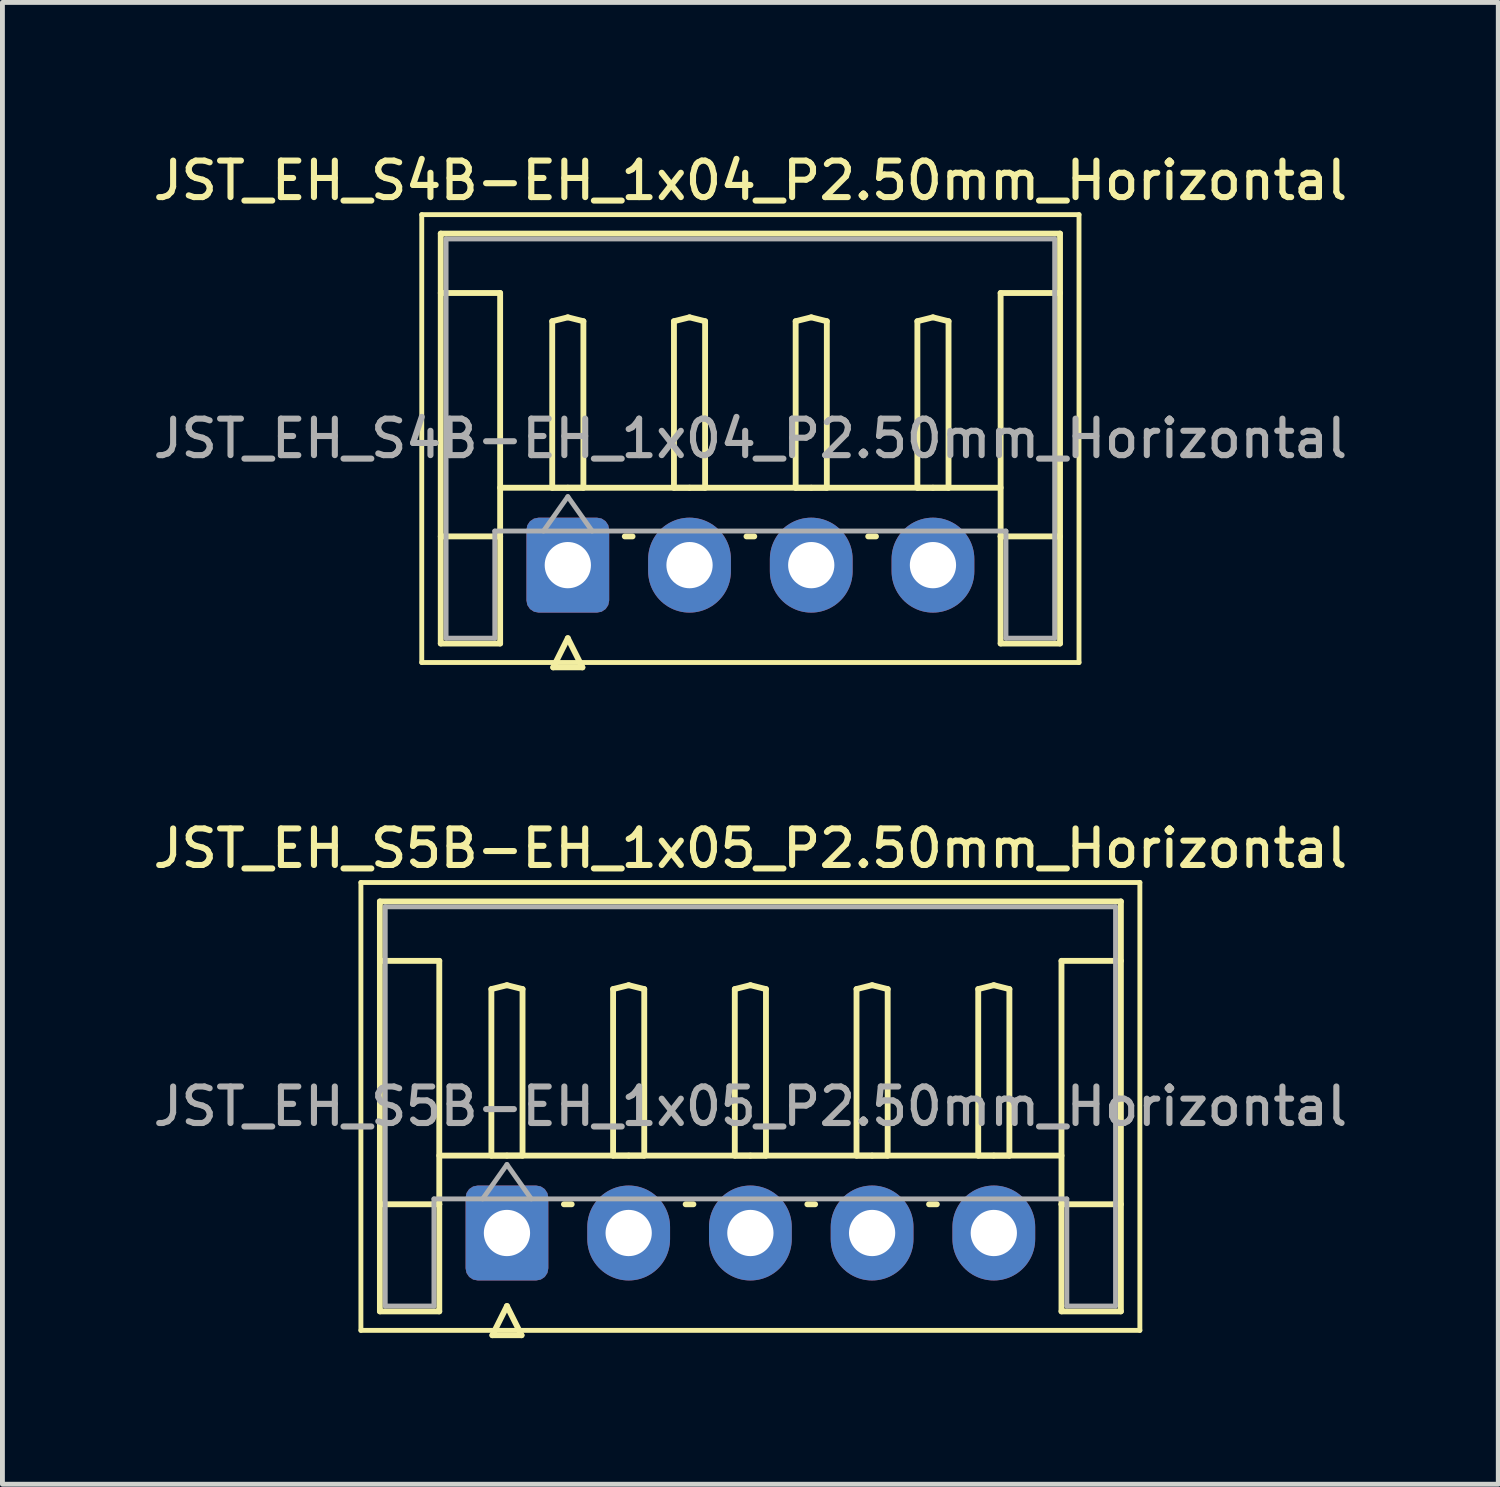
<source format=kicad_pcb>
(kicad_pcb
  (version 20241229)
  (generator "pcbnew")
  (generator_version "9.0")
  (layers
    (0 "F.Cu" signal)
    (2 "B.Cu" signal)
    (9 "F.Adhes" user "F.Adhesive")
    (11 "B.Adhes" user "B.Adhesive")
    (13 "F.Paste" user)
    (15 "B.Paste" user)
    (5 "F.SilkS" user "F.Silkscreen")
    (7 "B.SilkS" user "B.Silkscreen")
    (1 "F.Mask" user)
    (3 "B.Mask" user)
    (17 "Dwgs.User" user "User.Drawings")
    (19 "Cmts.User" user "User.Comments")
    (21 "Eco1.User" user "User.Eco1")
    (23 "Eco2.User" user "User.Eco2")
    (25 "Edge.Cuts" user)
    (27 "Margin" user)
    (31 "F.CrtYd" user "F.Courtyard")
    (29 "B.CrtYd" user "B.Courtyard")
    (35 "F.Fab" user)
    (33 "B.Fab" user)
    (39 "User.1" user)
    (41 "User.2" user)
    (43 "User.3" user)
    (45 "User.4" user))
  (footprint "JST_EH_S5B-EH_1x05_P2.50mm_Horizontal"
    (layer "F.Cu")
    (at 7.363 22.276)
    (property "Reference" "JST_EH_S5B-EH_1x05_P2.50mm_Horizontal" (at 5 -7.9 0) (layer "F.SilkS") (effects (font (size 0.75 0.75) (thickness 0.125))))
    (attr through_hole)
    (fp_line (start -3 -7.2) (end -3 2) (stroke (width 0.1) (type solid)) (layer "F.SilkS"))
    (fp_line (start -3 2) (end 13 2) (stroke (width 0.1) (type solid)) (layer "F.SilkS"))
    (fp_line (start -2.61 -6.81) (end 12.61 -6.81) (stroke (width 0.12) (type solid)) (layer "F.SilkS"))
    (fp_line (start -2.61 -5.59) (end -1.39 -5.59) (stroke (width 0.12) (type solid)) (layer "F.SilkS"))
    (fp_line (start -2.61 1.61) (end -2.61 -6.81) (stroke (width 0.12) (type solid)) (layer "F.SilkS"))
    (fp_line (start -1.39 -5.59) (end -1.39 -0.59) (stroke (width 0.12) (type solid)) (layer "F.SilkS"))
    (fp_line (start -1.39 -1.59) (end 11.39 -1.59) (stroke (width 0.12) (type solid)) (layer "F.SilkS"))
    (fp_line (start -1.39 -0.59) (end -2.61 -0.59) (stroke (width 0.12) (type solid)) (layer "F.SilkS"))
    (fp_line (start -1.39 -0.59) (end -1.39 1.61) (stroke (width 0.12) (type solid)) (layer "F.SilkS"))
    (fp_line (start -1.39 1.61) (end -2.61 1.61) (stroke (width 0.12) (type solid)) (layer "F.SilkS"))
    (fp_line (start -0.32 -5.01) (end 0 -5.09) (stroke (width 0.12) (type solid)) (layer "F.SilkS"))
    (fp_line (start -0.32 -1.59) (end -0.32 -5.01) (stroke (width 0.12) (type solid)) (layer "F.SilkS"))
    (fp_line (start -0.3 2.1) (end 0.3 2.1) (stroke (width 0.12) (type solid)) (layer "F.SilkS"))
    (fp_line (start 0 -5.09) (end 0.32 -5.01) (stroke (width 0.12) (type solid)) (layer "F.SilkS"))
    (fp_line (start 0 -1.59) (end -0.32 -1.59) (stroke (width 0.12) (type solid)) (layer "F.SilkS"))
    (fp_line (start 0 1.5) (end -0.3 2.1) (stroke (width 0.12) (type solid)) (layer "F.SilkS"))
    (fp_line (start 0.3 2.1) (end 0 1.5) (stroke (width 0.12) (type solid)) (layer "F.SilkS"))
    (fp_line (start 0.32 -5.01) (end 0.32 -1.59) (stroke (width 0.12) (type solid)) (layer "F.SilkS"))
    (fp_line (start 0.32 -1.59) (end 0 -1.59) (stroke (width 0.12) (type solid)) (layer "F.SilkS"))
    (fp_line (start 1.17 -0.59) (end 1.33 -0.59) (stroke (width 0.12) (type solid)) (layer "F.SilkS"))
    (fp_line (start 2.18 -5.01) (end 2.5 -5.09) (stroke (width 0.12) (type solid)) (layer "F.SilkS"))
    (fp_line (start 2.18 -1.59) (end 2.18 -5.01) (stroke (width 0.12) (type solid)) (layer "F.SilkS"))
    (fp_line (start 2.5 -5.09) (end 2.82 -5.01) (stroke (width 0.12) (type solid)) (layer "F.SilkS"))
    (fp_line (start 2.5 -1.59) (end 2.18 -1.59) (stroke (width 0.12) (type solid)) (layer "F.SilkS"))
    (fp_line (start 2.82 -5.01) (end 2.82 -1.59) (stroke (width 0.12) (type solid)) (layer "F.SilkS"))
    (fp_line (start 2.82 -1.59) (end 2.5 -1.59) (stroke (width 0.12) (type solid)) (layer "F.SilkS"))
    (fp_line (start 3.67 -0.59) (end 3.83 -0.59) (stroke (width 0.12) (type solid)) (layer "F.SilkS"))
    (fp_line (start 4.68 -5.01) (end 5 -5.09) (stroke (width 0.12) (type solid)) (layer "F.SilkS"))
    (fp_line (start 4.68 -1.59) (end 4.68 -5.01) (stroke (width 0.12) (type solid)) (layer "F.SilkS"))
    (fp_line (start 5 -5.09) (end 5.32 -5.01) (stroke (width 0.12) (type solid)) (layer "F.SilkS"))
    (fp_line (start 5 -1.59) (end 4.68 -1.59) (stroke (width 0.12) (type solid)) (layer "F.SilkS"))
    (fp_line (start 5.32 -5.01) (end 5.32 -1.59) (stroke (width 0.12) (type solid)) (layer "F.SilkS"))
    (fp_line (start 5.32 -1.59) (end 5 -1.59) (stroke (width 0.12) (type solid)) (layer "F.SilkS"))
    (fp_line (start 6.17 -0.59) (end 6.33 -0.59) (stroke (width 0.12) (type solid)) (layer "F.SilkS"))
    (fp_line (start 7.18 -5.01) (end 7.5 -5.09) (stroke (width 0.12) (type solid)) (layer "F.SilkS"))
    (fp_line (start 7.18 -1.59) (end 7.18 -5.01) (stroke (width 0.12) (type solid)) (layer "F.SilkS"))
    (fp_line (start 7.5 -5.09) (end 7.82 -5.01) (stroke (width 0.12) (type solid)) (layer "F.SilkS"))
    (fp_line (start 7.5 -1.59) (end 7.18 -1.59) (stroke (width 0.12) (type solid)) (layer "F.SilkS"))
    (fp_line (start 7.82 -5.01) (end 7.82 -1.59) (stroke (width 0.12) (type solid)) (layer "F.SilkS"))
    (fp_line (start 7.82 -1.59) (end 7.5 -1.59) (stroke (width 0.12) (type solid)) (layer "F.SilkS"))
    (fp_line (start 8.67 -0.59) (end 8.83 -0.59) (stroke (width 0.12) (type solid)) (layer "F.SilkS"))
    (fp_line (start 9.68 -5.01) (end 10 -5.09) (stroke (width 0.12) (type solid)) (layer "F.SilkS"))
    (fp_line (start 9.68 -1.59) (end 9.68 -5.01) (stroke (width 0.12) (type solid)) (layer "F.SilkS"))
    (fp_line (start 10 -5.09) (end 10.32 -5.01) (stroke (width 0.12) (type solid)) (layer "F.SilkS"))
    (fp_line (start 10 -1.59) (end 9.68 -1.59) (stroke (width 0.12) (type solid)) (layer "F.SilkS"))
    (fp_line (start 10.32 -5.01) (end 10.32 -1.59) (stroke (width 0.12) (type solid)) (layer "F.SilkS"))
    (fp_line (start 10.32 -1.59) (end 10 -1.59) (stroke (width 0.12) (type solid)) (layer "F.SilkS"))
    (fp_line (start 11.39 -5.59) (end 11.39 -0.59) (stroke (width 0.12) (type solid)) (layer "F.SilkS"))
    (fp_line (start 11.39 -0.59) (end 12.61 -0.59) (stroke (width 0.12) (type solid)) (layer "F.SilkS"))
    (fp_line (start 11.39 1.61) (end 11.39 -0.59) (stroke (width 0.12) (type solid)) (layer "F.SilkS"))
    (fp_line (start 12.61 -6.81) (end 12.61 1.61) (stroke (width 0.12) (type solid)) (layer "F.SilkS"))
    (fp_line (start 12.61 -5.59) (end 11.39 -5.59) (stroke (width 0.12) (type solid)) (layer "F.SilkS"))
    (fp_line (start 12.61 1.61) (end 11.39 1.61) (stroke (width 0.12) (type solid)) (layer "F.SilkS"))
    (fp_line (start 13 -7.2) (end -3 -7.2) (stroke (width 0.1) (type solid)) (layer "F.SilkS"))
    (fp_line (start 13 2) (end 13 -7.2) (stroke (width 0.1) (type solid)) (layer "F.SilkS"))
    (fp_line (start -2.5 -6.7) (end 12.5 -6.7) (stroke (width 0.1) (type solid)) (layer "F.Fab"))
    (fp_line (start -2.5 1.5) (end -2.5 -6.7) (stroke (width 0.1) (type solid)) (layer "F.Fab"))
    (fp_line (start -1.5 -0.7) (end -1.5 1.5) (stroke (width 0.1) (type solid)) (layer "F.Fab"))
    (fp_line (start -1.5 1.5) (end -2.5 1.5) (stroke (width 0.1) (type solid)) (layer "F.Fab"))
    (fp_line (start -0.5 -0.7) (end 0 -1.407) (stroke (width 0.1) (type solid)) (layer "F.Fab"))
    (fp_line (start 0 -1.407) (end 0.5 -0.7) (stroke (width 0.1) (type solid)) (layer "F.Fab"))
    (fp_line (start 11.5 -0.7) (end -1.5 -0.7) (stroke (width 0.1) (type solid)) (layer "F.Fab"))
    (fp_line (start 11.5 1.5) (end 11.5 -0.7) (stroke (width 0.1) (type solid)) (layer "F.Fab"))
    (fp_line (start 12.5 -6.7) (end 12.5 1.5) (stroke (width 0.1) (type solid)) (layer "F.Fab"))
    (fp_line (start 12.5 1.5) (end 11.5 1.5) (stroke (width 0.1) (type solid)) (layer "F.Fab"))
    (fp_text user "${REFERENCE}" (at 5 -2.6 0) (layer "F.Fab") (effects (font (size 0.75 0.75) (thickness 0.125))))
    (pad "1" thru_hole roundrect (at 0 0) (size 1.7 1.95) (drill 0.95) (layers "*.Cu" "*.Mask") (roundrect_rratio 0.147))
    (pad "2" thru_hole oval (at 2.5 0) (size 1.7 1.95) (drill 0.95) (layers "*.Cu" "*.Mask"))
    (pad "3" thru_hole oval (at 5 0) (size 1.7 1.95) (drill 0.95) (layers "*.Cu" "*.Mask"))
    (pad "4" thru_hole oval (at 7.5 0) (size 1.7 1.95) (drill 0.95) (layers "*.Cu" "*.Mask"))
    (pad "5" thru_hole oval (at 10 0) (size 1.7 1.95) (drill 0.95) (layers "*.Cu" "*.Mask")))
  (footprint "JST_EH_S4B-EH_1x04_P2.50mm_Horizontal"
    (layer "F.Cu")
    (at 8.613 8.558)
    (property "Reference" "JST_EH_S4B-EH_1x04_P2.50mm_Horizontal" (at 3.75 -7.9 0) (layer "F.SilkS") (effects (font (size 0.75 0.75) (thickness 0.125))))
    (attr through_hole)
    (fp_line (start -3 -7.2) (end -3 2) (stroke (width 0.1) (type solid)) (layer "F.SilkS"))
    (fp_line (start -3 2) (end 10.5 2) (stroke (width 0.1) (type solid)) (layer "F.SilkS"))
    (fp_line (start -2.61 -6.81) (end 10.11 -6.81) (stroke (width 0.12) (type solid)) (layer "F.SilkS"))
    (fp_line (start -2.61 -5.59) (end -1.39 -5.59) (stroke (width 0.12) (type solid)) (layer "F.SilkS"))
    (fp_line (start -2.61 1.61) (end -2.61 -6.81) (stroke (width 0.12) (type solid)) (layer "F.SilkS"))
    (fp_line (start -1.39 -5.59) (end -1.39 -0.59) (stroke (width 0.12) (type solid)) (layer "F.SilkS"))
    (fp_line (start -1.39 -1.59) (end 8.89 -1.59) (stroke (width 0.12) (type solid)) (layer "F.SilkS"))
    (fp_line (start -1.39 -0.59) (end -2.61 -0.59) (stroke (width 0.12) (type solid)) (layer "F.SilkS"))
    (fp_line (start -1.39 -0.59) (end -1.39 1.61) (stroke (width 0.12) (type solid)) (layer "F.SilkS"))
    (fp_line (start -1.39 1.61) (end -2.61 1.61) (stroke (width 0.12) (type solid)) (layer "F.SilkS"))
    (fp_line (start -0.32 -5.01) (end 0 -5.09) (stroke (width 0.12) (type solid)) (layer "F.SilkS"))
    (fp_line (start -0.32 -1.59) (end -0.32 -5.01) (stroke (width 0.12) (type solid)) (layer "F.SilkS"))
    (fp_line (start -0.3 2.1) (end 0.3 2.1) (stroke (width 0.12) (type solid)) (layer "F.SilkS"))
    (fp_line (start 0 -5.09) (end 0.32 -5.01) (stroke (width 0.12) (type solid)) (layer "F.SilkS"))
    (fp_line (start 0 -1.59) (end -0.32 -1.59) (stroke (width 0.12) (type solid)) (layer "F.SilkS"))
    (fp_line (start 0 1.5) (end -0.3 2.1) (stroke (width 0.12) (type solid)) (layer "F.SilkS"))
    (fp_line (start 0.3 2.1) (end 0 1.5) (stroke (width 0.12) (type solid)) (layer "F.SilkS"))
    (fp_line (start 0.32 -5.01) (end 0.32 -1.59) (stroke (width 0.12) (type solid)) (layer "F.SilkS"))
    (fp_line (start 0.32 -1.59) (end 0 -1.59) (stroke (width 0.12) (type solid)) (layer "F.SilkS"))
    (fp_line (start 1.17 -0.59) (end 1.33 -0.59) (stroke (width 0.12) (type solid)) (layer "F.SilkS"))
    (fp_line (start 2.18 -5.01) (end 2.5 -5.09) (stroke (width 0.12) (type solid)) (layer "F.SilkS"))
    (fp_line (start 2.18 -1.59) (end 2.18 -5.01) (stroke (width 0.12) (type solid)) (layer "F.SilkS"))
    (fp_line (start 2.5 -5.09) (end 2.82 -5.01) (stroke (width 0.12) (type solid)) (layer "F.SilkS"))
    (fp_line (start 2.5 -1.59) (end 2.18 -1.59) (stroke (width 0.12) (type solid)) (layer "F.SilkS"))
    (fp_line (start 2.82 -5.01) (end 2.82 -1.59) (stroke (width 0.12) (type solid)) (layer "F.SilkS"))
    (fp_line (start 2.82 -1.59) (end 2.5 -1.59) (stroke (width 0.12) (type solid)) (layer "F.SilkS"))
    (fp_line (start 3.67 -0.59) (end 3.83 -0.59) (stroke (width 0.12) (type solid)) (layer "F.SilkS"))
    (fp_line (start 4.68 -5.01) (end 5 -5.09) (stroke (width 0.12) (type solid)) (layer "F.SilkS"))
    (fp_line (start 4.68 -1.59) (end 4.68 -5.01) (stroke (width 0.12) (type solid)) (layer "F.SilkS"))
    (fp_line (start 5 -5.09) (end 5.32 -5.01) (stroke (width 0.12) (type solid)) (layer "F.SilkS"))
    (fp_line (start 5 -1.59) (end 4.68 -1.59) (stroke (width 0.12) (type solid)) (layer "F.SilkS"))
    (fp_line (start 5.32 -5.01) (end 5.32 -1.59) (stroke (width 0.12) (type solid)) (layer "F.SilkS"))
    (fp_line (start 5.32 -1.59) (end 5 -1.59) (stroke (width 0.12) (type solid)) (layer "F.SilkS"))
    (fp_line (start 6.17 -0.59) (end 6.33 -0.59) (stroke (width 0.12) (type solid)) (layer "F.SilkS"))
    (fp_line (start 7.18 -5.01) (end 7.5 -5.09) (stroke (width 0.12) (type solid)) (layer "F.SilkS"))
    (fp_line (start 7.18 -1.59) (end 7.18 -5.01) (stroke (width 0.12) (type solid)) (layer "F.SilkS"))
    (fp_line (start 7.5 -5.09) (end 7.82 -5.01) (stroke (width 0.12) (type solid)) (layer "F.SilkS"))
    (fp_line (start 7.5 -1.59) (end 7.18 -1.59) (stroke (width 0.12) (type solid)) (layer "F.SilkS"))
    (fp_line (start 7.82 -5.01) (end 7.82 -1.59) (stroke (width 0.12) (type solid)) (layer "F.SilkS"))
    (fp_line (start 7.82 -1.59) (end 7.5 -1.59) (stroke (width 0.12) (type solid)) (layer "F.SilkS"))
    (fp_line (start 8.89 -5.59) (end 8.89 -0.59) (stroke (width 0.12) (type solid)) (layer "F.SilkS"))
    (fp_line (start 8.89 -0.59) (end 10.11 -0.59) (stroke (width 0.12) (type solid)) (layer "F.SilkS"))
    (fp_line (start 8.89 1.61) (end 8.89 -0.59) (stroke (width 0.12) (type solid)) (layer "F.SilkS"))
    (fp_line (start 10.11 -6.81) (end 10.11 1.61) (stroke (width 0.12) (type solid)) (layer "F.SilkS"))
    (fp_line (start 10.11 -5.59) (end 8.89 -5.59) (stroke (width 0.12) (type solid)) (layer "F.SilkS"))
    (fp_line (start 10.11 1.61) (end 8.89 1.61) (stroke (width 0.12) (type solid)) (layer "F.SilkS"))
    (fp_line (start 10.5 -7.2) (end -3 -7.2) (stroke (width 0.1) (type solid)) (layer "F.SilkS"))
    (fp_line (start 10.5 2) (end 10.5 -7.2) (stroke (width 0.1) (type solid)) (layer "F.SilkS"))
    (fp_line (start -2.5 -6.7) (end 10 -6.7) (stroke (width 0.1) (type solid)) (layer "F.Fab"))
    (fp_line (start -2.5 1.5) (end -2.5 -6.7) (stroke (width 0.1) (type solid)) (layer "F.Fab"))
    (fp_line (start -1.5 -0.7) (end -1.5 1.5) (stroke (width 0.1) (type solid)) (layer "F.Fab"))
    (fp_line (start -1.5 1.5) (end -2.5 1.5) (stroke (width 0.1) (type solid)) (layer "F.Fab"))
    (fp_line (start -0.5 -0.7) (end 0 -1.407) (stroke (width 0.1) (type solid)) (layer "F.Fab"))
    (fp_line (start 0 -1.407) (end 0.5 -0.7) (stroke (width 0.1) (type solid)) (layer "F.Fab"))
    (fp_line (start 9 -0.7) (end -1.5 -0.7) (stroke (width 0.1) (type solid)) (layer "F.Fab"))
    (fp_line (start 9 1.5) (end 9 -0.7) (stroke (width 0.1) (type solid)) (layer "F.Fab"))
    (fp_line (start 10 -6.7) (end 10 1.5) (stroke (width 0.1) (type solid)) (layer "F.Fab"))
    (fp_line (start 10 1.5) (end 9 1.5) (stroke (width 0.1) (type solid)) (layer "F.Fab"))
    (fp_text user "${REFERENCE}" (at 3.75 -2.6 0) (layer "F.Fab") (effects (font (size 0.75 0.75) (thickness 0.125))))
    (pad "1" thru_hole roundrect (at 0 0) (size 1.7 1.95) (drill 0.95) (layers "*.Cu" "*.Mask") (roundrect_rratio 0.147))
    (pad "2" thru_hole oval (at 2.5 0) (size 1.7 1.95) (drill 0.95) (layers "*.Cu" "*.Mask"))
    (pad "3" thru_hole oval (at 5 0) (size 1.7 1.95) (drill 0.95) (layers "*.Cu" "*.Mask"))
    (pad "4" thru_hole oval (at 7.5 0) (size 1.7 1.95) (drill 0.95) (layers "*.Cu" "*.Mask")))
  (gr_rect
    (start -3 -3)
    (end 27.725 27.436)
    (stroke (width 0.1) (type default))
    (fill no)
    (layer "Edge.Cuts")))
</source>
